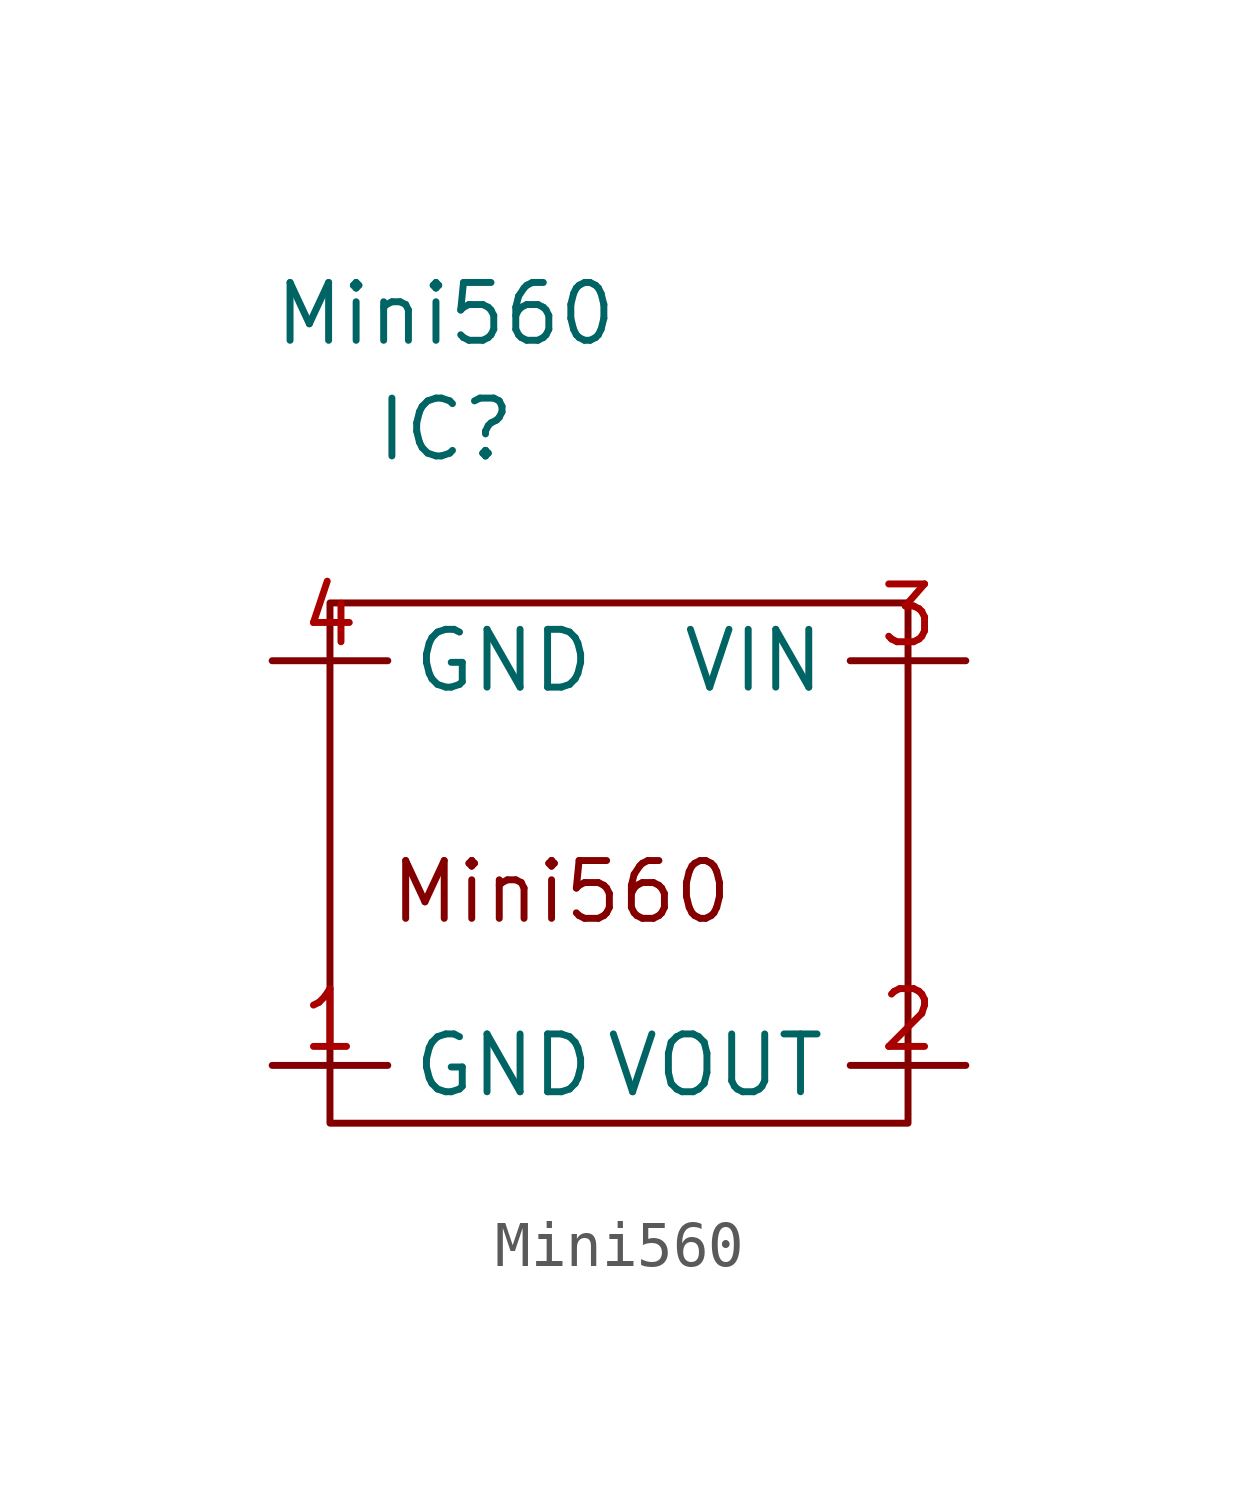
<source format=kicad_sym>
(kicad_symbol_lib
  (version 20211014)
  (generator kicad_symbol_editor)
  (symbol "Mini560"
    (property "Reference" "IC"
      (at 0 0 0)
      (effects (font (size 1.27 1.27))))
    (property "Value" "Mini560"
      (at 0 2.54 0)
      (effects (font (size 1.27 1.27))))
    (symbol "Mini560_0_0"
      (text "Mini560" (at 2.54 -10.16 0) (effects (font (size 1.27 1.27)))))
    (symbol "Mini560_0_1"
      (rectangle (start -2.54 -3.81) (end 10.16 -15.24) (stroke (width 0) (type default) (color 0 0 0 0)) (fill (type none))))
    (symbol "Mini560_1_1"
      (pin output line (at -3.81 -13.97 0) (length 2.54) (name "GND" (effects (font (size 1.27 1.27)))) (number "1" (effects (font (size 1.27 1.27)))))
      (pin output line (at 11.43 -13.97 180) (length 2.54) (name "VOUT" (effects (font (size 1.27 1.27)))) (number "2" (effects (font (size 1.27 1.27)))))
      (pin input line (at 11.43 -5.08 180) (length 2.54) (name "VIN" (effects (font (size 1.27 1.27)))) (number "3" (effects (font (size 1.27 1.27)))))
      (pin input line (at -3.81 -5.08 0) (length 2.54) (name "GND" (effects (font (size 1.27 1.27)))) (number "4" (effects (font (size 1.27 1.27))))))))
</source>
